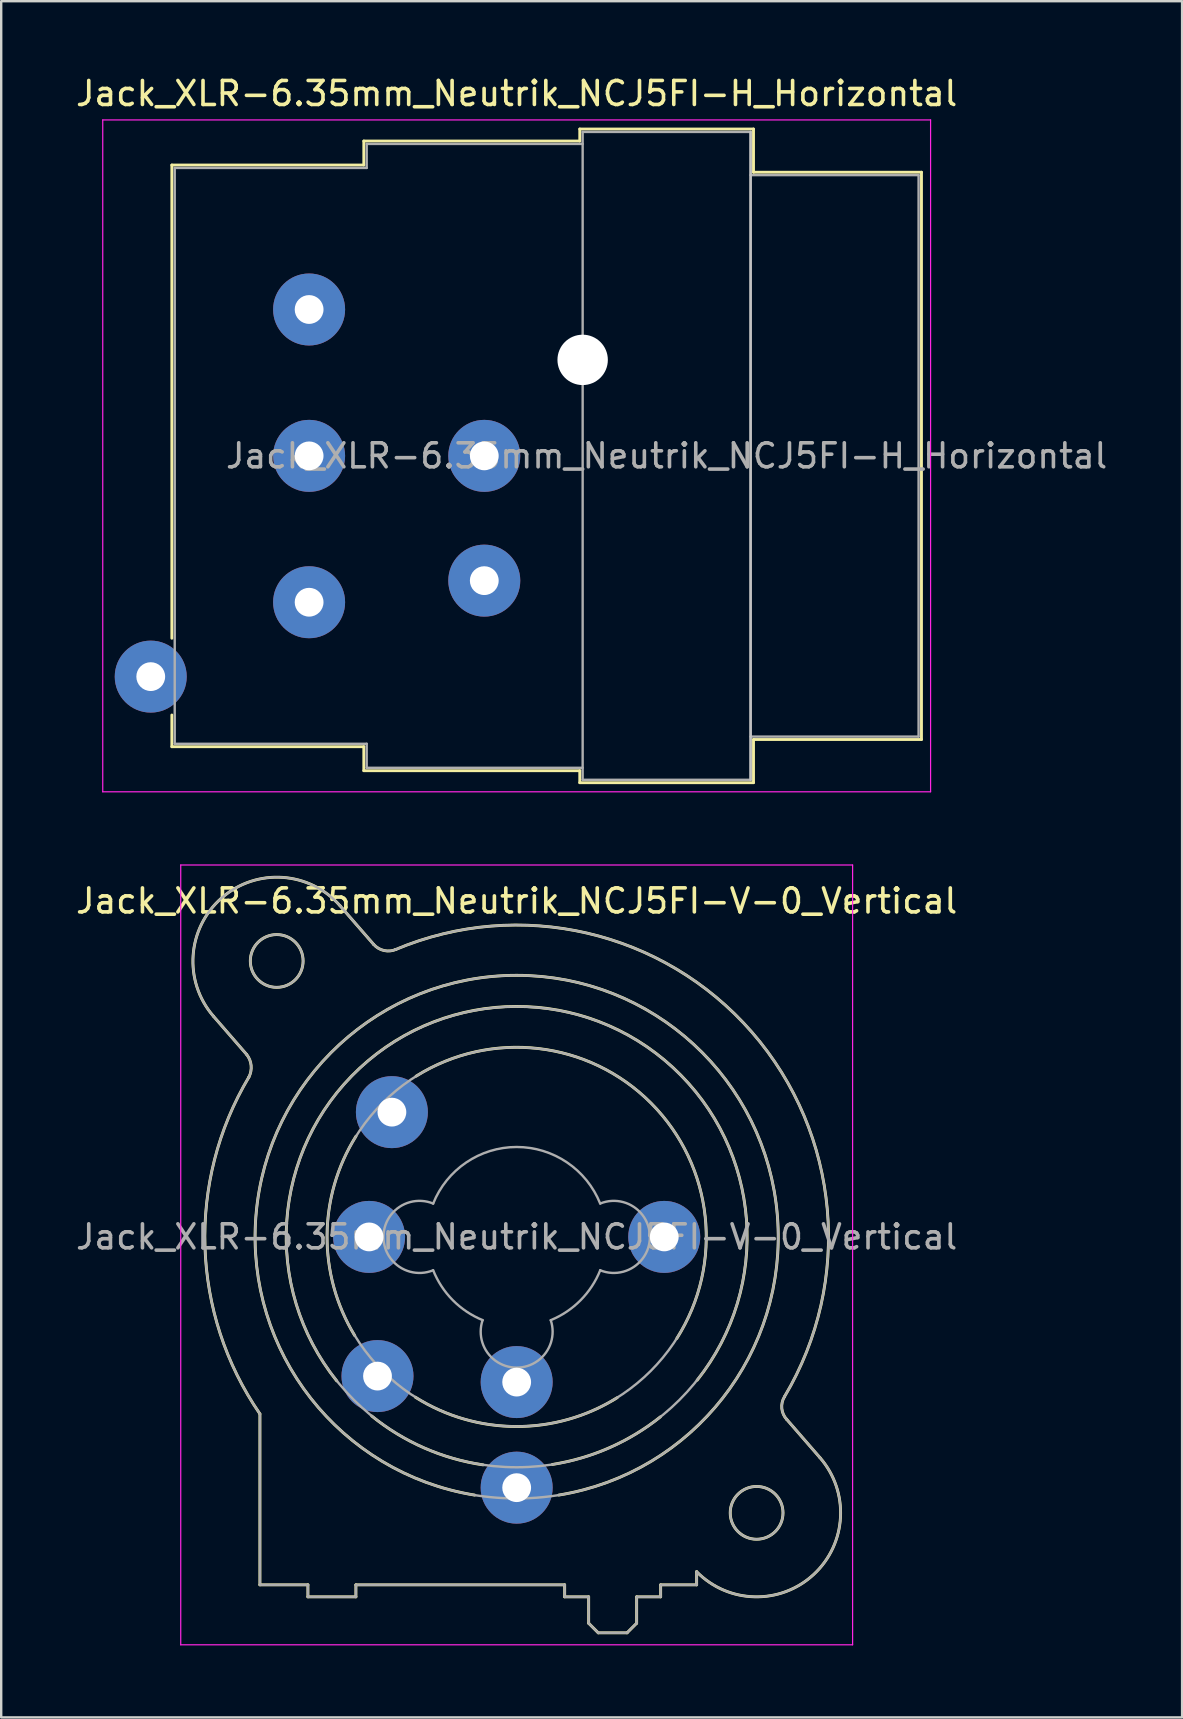
<source format=kicad_pcb>
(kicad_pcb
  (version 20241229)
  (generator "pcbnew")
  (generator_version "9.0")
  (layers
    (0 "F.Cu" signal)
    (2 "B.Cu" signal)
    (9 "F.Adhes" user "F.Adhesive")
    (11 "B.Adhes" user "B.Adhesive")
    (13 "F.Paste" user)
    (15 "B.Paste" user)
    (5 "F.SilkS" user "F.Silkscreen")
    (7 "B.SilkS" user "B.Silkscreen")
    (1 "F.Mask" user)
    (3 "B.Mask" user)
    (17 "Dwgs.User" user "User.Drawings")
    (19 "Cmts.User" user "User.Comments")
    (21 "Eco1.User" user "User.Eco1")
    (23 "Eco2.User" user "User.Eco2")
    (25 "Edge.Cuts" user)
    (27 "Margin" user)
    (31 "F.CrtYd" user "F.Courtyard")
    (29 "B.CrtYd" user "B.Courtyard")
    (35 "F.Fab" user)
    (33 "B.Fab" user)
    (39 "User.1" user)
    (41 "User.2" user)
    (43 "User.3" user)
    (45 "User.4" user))
  (footprint "Jack_XLR-6.35mm_Neutrik_NCJ5FI-V-0_Vertical"
    (layer "F.Cu")
    (at 24.632 48.498)
    (property "Reference" "Jack_XLR-6.35mm_Neutrik_NCJ5FI-V-0_Vertical" (at -6.15 -14 0) (layer "F.SilkS") (effects (font (size 1 1) (thickness 0.15))))
    (attr through_hole)
    (fp_line (start -17.4 -7.6) (end -18.79 -9.2) (stroke (width 0.12) (type solid)) (layer "F.SilkS"))
    (fp_line (start -16.85 14.5) (end -16.85 7.38) (stroke (width 0.12) (type solid)) (layer "F.SilkS"))
    (fp_line (start -14.85 14.5) (end -16.85 14.5) (stroke (width 0.12) (type solid)) (layer "F.SilkS"))
    (fp_line (start -14.85 14.5) (end -14.85 15) (stroke (width 0.12) (type solid)) (layer "F.SilkS"))
    (fp_line (start -13.51 -13.8) (end -12.11 -12.19) (stroke (width 0.12) (type solid)) (layer "F.SilkS"))
    (fp_line (start -12.85 14.5) (end -12.85 15) (stroke (width 0.12) (type solid)) (layer "F.SilkS"))
    (fp_line (start -12.85 15) (end -14.85 15) (stroke (width 0.12) (type solid)) (layer "F.SilkS"))
    (fp_line (start -4.15 14.5) (end -12.85 14.5) (stroke (width 0.12) (type solid)) (layer "F.SilkS"))
    (fp_line (start -4.15 14.5) (end -4.15 15) (stroke (width 0.12) (type solid)) (layer "F.SilkS"))
    (fp_line (start -3.15 15) (end -4.15 15) (stroke (width 0.12) (type solid)) (layer "F.SilkS"))
    (fp_line (start -3.15 15) (end -3.15 16.1) (stroke (width 0.12) (type solid)) (layer "F.SilkS"))
    (fp_line (start -3.15 16.1) (end -2.75 16.5) (stroke (width 0.12) (type solid)) (layer "F.SilkS"))
    (fp_line (start -1.55 16.5) (end -2.75 16.5) (stroke (width 0.12) (type solid)) (layer "F.SilkS"))
    (fp_line (start -1.15 15) (end -1.15 16.1) (stroke (width 0.12) (type solid)) (layer "F.SilkS"))
    (fp_line (start -1.15 16.1) (end -1.55 16.5) (stroke (width 0.12) (type solid)) (layer "F.SilkS"))
    (fp_line (start -0.15 14.5) (end -0.15 15) (stroke (width 0.12) (type solid)) (layer "F.SilkS"))
    (fp_line (start -0.15 15) (end -1.15 15) (stroke (width 0.12) (type solid)) (layer "F.SilkS"))
    (fp_line (start 1.35 13.95) (end 1.35 14.5) (stroke (width 0.12) (type solid)) (layer "F.SilkS"))
    (fp_line (start 1.35 14.5) (end -0.15 14.5) (stroke (width 0.12) (type solid)) (layer "F.SilkS"))
    (fp_line (start 5.1 7.6) (end 6.49 9.2) (stroke (width 0.12) (type solid)) (layer "F.SilkS"))
    (fp_arc (start -18.79 -9.2) (mid -18.45 -14.14) (end -13.51 -13.8) (stroke (width 0.12) (type solid)) (layer "F.SilkS"))
    (fp_arc (start -17.400452 -7.59955) (mid -17.216295 -7.14315) (end -17.31 -6.66) (stroke (width 0.12) (type solid)) (layer "F.SilkS"))
    (fp_arc (start -16.851206 7.374645) (mid -19.139261 0.42462) (end -17.31 -6.66) (stroke (width 0.12) (type solid)) (layer "F.SilkS"))
    (fp_arc (start -13.65 6) (mid -6.168408 -9.604669) (end 1.372943 5.971208) (stroke (width 0.12) (type solid)) (layer "F.SilkS"))
    (fp_arc (start -12.9 4.11) (mid -14.052663 -0.0501) (end -12.847348 -4.195251) (stroke (width 0.12) (type solid)) (layer "F.SilkS"))
    (fp_arc (start -11.201352 -11.974349) (mid 3.655031 -8.530097) (end 5.01 6.66) (stroke (width 0.12) (type solid)) (layer "F.SilkS"))
    (fp_arc (start -11.177539 -11.981856) (mid -11.677484 -11.93489) (end -12.11 -12.19) (stroke (width 0.12) (type solid)) (layer "F.SilkS"))
    (fp_arc (start -10.34 -6.7) (mid -0.544787 -5.570251) (end 0.523653 4.231839) (stroke (width 0.12) (type solid)) (layer "F.SilkS"))
    (fp_arc (start -7.9 10.76) (mid -6.152346 -10.90138) (end -4.395368 10.759246) (stroke (width 0.12) (type solid)) (layer "F.SilkS"))
    (fp_arc (start -7.55 9.5) (mid -10.007174 8.793873) (end -12.190932 7.464391) (stroke (width 0.12) (type solid)) (layer "F.SilkS"))
    (fp_arc (start -1.96 6.7) (mid -6.167825 7.902264) (end -10.370184 6.681029) (stroke (width 0.12) (type solid)) (layer "F.SilkS"))
    (fp_arc (start -0.16 7.5) (mid -2.282236 8.784674) (end -4.662837 9.482534) (stroke (width 0.12) (type solid)) (layer "F.SilkS"))
    (fp_arc (start 5.109394 7.611661) (mid 4.900255 7.152483) (end 5.01 6.66) (stroke (width 0.12) (type solid)) (layer "F.SilkS"))
    (fp_arc (start 6.49 9.2) (mid 6.227307 14.070606) (end 1.351052 13.95252) (stroke (width 0.12) (type solid)) (layer "F.SilkS"))
    (fp_circle (center -16.15 -11.5) (end -15.05 -11.5) (stroke (width 0.12) (type solid)) (fill no) (layer "F.SilkS"))
    (fp_circle (center 3.85 11.5) (end 4.95 11.5) (stroke (width 0.12) (type solid)) (fill no) (layer "F.SilkS"))
    (fp_line (start -20.15 -15.5) (end 7.85 -15.5) (stroke (width 0.05) (type solid)) (layer "F.CrtYd"))
    (fp_line (start -20.15 17) (end -20.15 -15.5) (stroke (width 0.05) (type solid)) (layer "F.CrtYd"))
    (fp_line (start 7.85 -15.5) (end 7.85 17) (stroke (width 0.05) (type solid)) (layer "F.CrtYd"))
    (fp_line (start 7.85 17) (end -20.15 17) (stroke (width 0.05) (type solid)) (layer "F.CrtYd"))
    (fp_line (start -17.4 -7.6) (end -18.79 -9.2) (stroke (width 0.1) (type solid)) (layer "F.Fab"))
    (fp_line (start -16.85 14.5) (end -16.85 7.38) (stroke (width 0.1) (type solid)) (layer "F.Fab"))
    (fp_line (start -14.85 14.5) (end -16.85 14.5) (stroke (width 0.1) (type solid)) (layer "F.Fab"))
    (fp_line (start -14.85 14.5) (end -14.85 15) (stroke (width 0.1) (type solid)) (layer "F.Fab"))
    (fp_line (start -13.51 -13.8) (end -12.11 -12.19) (stroke (width 0.1) (type solid)) (layer "F.Fab"))
    (fp_line (start -12.85 14.5) (end -12.85 15) (stroke (width 0.1) (type solid)) (layer "F.Fab"))
    (fp_line (start -12.85 15) (end -14.85 15) (stroke (width 0.1) (type solid)) (layer "F.Fab"))
    (fp_line (start -4.15 14.5) (end -12.85 14.5) (stroke (width 0.1) (type solid)) (layer "F.Fab"))
    (fp_line (start -4.15 14.5) (end -4.15 15) (stroke (width 0.1) (type solid)) (layer "F.Fab"))
    (fp_line (start -3.15 15) (end -4.15 15) (stroke (width 0.1) (type solid)) (layer "F.Fab"))
    (fp_line (start -3.15 15) (end -3.15 16.1) (stroke (width 0.1) (type solid)) (layer "F.Fab"))
    (fp_line (start -3.15 16.1) (end -2.75 16.5) (stroke (width 0.1) (type solid)) (layer "F.Fab"))
    (fp_line (start -1.55 16.5) (end -2.75 16.5) (stroke (width 0.1) (type solid)) (layer "F.Fab"))
    (fp_line (start -1.15 15) (end -1.15 16.1) (stroke (width 0.1) (type solid)) (layer "F.Fab"))
    (fp_line (start -1.15 16.1) (end -1.55 16.5) (stroke (width 0.1) (type solid)) (layer "F.Fab"))
    (fp_line (start -0.15 14.5) (end -0.15 15) (stroke (width 0.1) (type solid)) (layer "F.Fab"))
    (fp_line (start -0.15 15) (end -1.15 15) (stroke (width 0.1) (type solid)) (layer "F.Fab"))
    (fp_line (start 1.35 13.95) (end 1.35 14.5) (stroke (width 0.1) (type solid)) (layer "F.Fab"))
    (fp_line (start 1.35 14.5) (end -0.15 14.5) (stroke (width 0.1) (type solid)) (layer "F.Fab"))
    (fp_line (start 5.1 7.6) (end 6.49 9.2) (stroke (width 0.1) (type solid)) (layer "F.Fab"))
    (fp_arc (start -18.79 -9.2) (mid -18.45 -14.14) (end -13.51 -13.8) (stroke (width 0.1) (type solid)) (layer "F.Fab"))
    (fp_arc (start -17.400452 -7.59955) (mid -17.216295 -7.14315) (end -17.31 -6.66) (stroke (width 0.1) (type solid)) (layer "F.Fab"))
    (fp_arc (start -16.851206 7.374645) (mid -19.139261 0.42462) (end -17.31 -6.66) (stroke (width 0.1) (type solid)) (layer "F.Fab"))
    (fp_arc (start -11.201352 -11.974349) (mid 3.655031 -8.530097) (end 5.01 6.66) (stroke (width 0.1) (type solid)) (layer "F.Fab"))
    (fp_arc (start -11.177539 -11.981856) (mid -11.677484 -11.93489) (end -12.11 -12.19) (stroke (width 0.1) (type solid)) (layer "F.Fab"))
    (fp_arc (start -9.634717 1.391925) (mid -11.702329 -0.002547) (end -9.63 -1.39) (stroke (width 0.1) (type solid)) (layer "F.Fab"))
    (fp_arc (start -9.631116 -1.387204) (mid -6.151505 -3.747333) (end -2.67 -1.39) (stroke (width 0.1) (type solid)) (layer "F.Fab"))
    (fp_arc (start -7.567529 3.468878) (mid -8.810241 2.639246) (end -9.63 1.39) (stroke (width 0.1) (type solid)) (layer "F.Fab"))
    (fp_arc (start -4.729599 3.471189) (mid -6.150627 5.448932) (end -7.57 3.47) (stroke (width 0.1) (type solid)) (layer "F.Fab"))
    (fp_arc (start -2.667476 1.389002) (mid -3.487046 2.639314) (end -4.73 3.47) (stroke (width 0.1) (type solid)) (layer "F.Fab"))
    (fp_arc (start -2.665283 -1.391925) (mid -0.597671 0.002547) (end -2.67 1.39) (stroke (width 0.1) (type solid)) (layer "F.Fab"))
    (fp_arc (start 5.109394 7.611661) (mid 4.900255 7.152483) (end 5.01 6.66) (stroke (width 0.1) (type solid)) (layer "F.Fab"))
    (fp_arc (start 6.49 9.2) (mid 6.227307 14.070606) (end 1.351052 13.95252) (stroke (width 0.1) (type solid)) (layer "F.Fab"))
    (fp_circle (center -16.15 -11.5) (end -15.05 -11.5) (stroke (width 0.1) (type solid)) (fill no) (layer "F.Fab"))
    (fp_circle (center -6.15 0) (end 1.75 0) (stroke (width 0.1) (type solid)) (fill no) (layer "F.Fab"))
    (fp_circle (center -6.15 0) (end 3.45 0) (stroke (width 0.1) (type solid)) (fill no) (layer "F.Fab"))
    (fp_circle (center -6.15 0) (end 4.75 0) (stroke (width 0.1) (type solid)) (fill no) (layer "F.Fab"))
    (fp_circle (center 3.85 11.5) (end 4.95 11.5) (stroke (width 0.1) (type solid)) (fill no) (layer "F.Fab"))
    (fp_text user "${REFERENCE}" (at -6.15 0 0) (layer "F.Fab") (effects (font (size 1 1) (thickness 0.15))))
    (pad "1" thru_hole circle (at 0 0) (size 3 3) (drill 1.2) (layers "*.Cu" "*.Mask"))
    (pad "2" thru_hole circle (at -12.3 0) (size 3 3) (drill 1.2) (layers "*.Cu" "*.Mask"))
    (pad "3" thru_hole circle (at -6.15 6.05) (size 3 3) (drill 1.2) (layers "*.Cu" "*.Mask"))
    (pad "G" thru_hole circle (at -6.15 10.45) (size 3 3) (drill 1.2) (layers "*.Cu" "*.Mask"))
    (pad "S" thru_hole circle (at -11.95 5.8) (size 3 3) (drill 1.2) (layers "*.Cu" "*.Mask"))
    (pad "T" thru_hole circle (at -11.35 -5.2) (size 3 3) (drill 1.2) (layers "*.Cu" "*.Mask")))
  (footprint "Jack_XLR-6.35mm_Neutrik_NCJ5FI-H_Horizontal"
    (layer "F.Cu")
    (at 9.832 9.848)
    (property "Reference" "Jack_XLR-6.35mm_Neutrik_NCJ5FI-H_Horizontal" (at 8.65 -9 0) (layer "F.SilkS") (effects (font (size 1 1) (thickness 0.15))))
    (attr through_hole)
    (fp_line (start -5.72 -6.02) (end -5.72 13.7) (stroke (width 0.12) (type solid)) (layer "F.SilkS"))
    (fp_line (start -5.72 16.9) (end -5.72 18.22) (stroke (width 0.12) (type solid)) (layer "F.SilkS"))
    (fp_line (start 2.28 -7.02) (end 2.28 -6.02) (stroke (width 0.12) (type solid)) (layer "F.SilkS"))
    (fp_line (start 2.28 -6.02) (end -5.72 -6.02) (stroke (width 0.12) (type solid)) (layer "F.SilkS"))
    (fp_line (start 2.28 18.22) (end -5.72 18.22) (stroke (width 0.12) (type solid)) (layer "F.SilkS"))
    (fp_line (start 2.28 19.22) (end 2.28 18.22) (stroke (width 0.12) (type solid)) (layer "F.SilkS"))
    (fp_line (start 11.28 -7.02) (end 2.28 -7.02) (stroke (width 0.12) (type solid)) (layer "F.SilkS"))
    (fp_line (start 11.28 -7.02) (end 11.28 -7.52) (stroke (width 0.12) (type solid)) (layer "F.SilkS"))
    (fp_line (start 11.28 19.22) (end 2.28 19.22) (stroke (width 0.12) (type solid)) (layer "F.SilkS"))
    (fp_line (start 11.28 19.72) (end 11.28 19.22) (stroke (width 0.12) (type solid)) (layer "F.SilkS"))
    (fp_line (start 18.52 -7.52) (end 11.28 -7.52) (stroke (width 0.12) (type solid)) (layer "F.SilkS"))
    (fp_line (start 18.52 -7.52) (end 18.52 -5.72) (stroke (width 0.12) (type solid)) (layer "F.SilkS"))
    (fp_line (start 18.52 -5.72) (end 25.52 -5.72) (stroke (width 0.12) (type solid)) (layer "F.SilkS"))
    (fp_line (start 18.52 17.92) (end 18.52 19.72) (stroke (width 0.12) (type solid)) (layer "F.SilkS"))
    (fp_line (start 18.52 17.92) (end 25.52 17.92) (stroke (width 0.12) (type solid)) (layer "F.SilkS"))
    (fp_line (start 18.52 19.72) (end 11.28 19.72) (stroke (width 0.12) (type solid)) (layer "F.SilkS"))
    (fp_line (start 25.52 -5.72) (end 25.52 17.92) (stroke (width 0.12) (type solid)) (layer "F.SilkS"))
    (fp_line (start 18.4 -7.4) (end 18.4 19.6) (stroke (width 0.1) (type solid)) (layer "Dwgs.User"))
    (fp_line (start -8.6 -7.9) (end -8.6 20.1) (stroke (width 0.05) (type solid)) (layer "F.CrtYd"))
    (fp_line (start 25.9 -7.9) (end -8.6 -7.9) (stroke (width 0.05) (type solid)) (layer "F.CrtYd"))
    (fp_line (start 25.9 -7.9) (end 25.9 20.1) (stroke (width 0.05) (type solid)) (layer "F.CrtYd"))
    (fp_line (start 25.9 20.1) (end -8.6 20.1) (stroke (width 0.05) (type solid)) (layer "F.CrtYd"))
    (fp_line (start -5.6 -5.9) (end -5.6 18.1) (stroke (width 0.1) (type solid)) (layer "F.Fab"))
    (fp_line (start -5.6 18.1) (end 2.4 18.1) (stroke (width 0.1) (type solid)) (layer "F.Fab"))
    (fp_line (start 2.4 -6.9) (end 2.4 -5.9) (stroke (width 0.1) (type solid)) (layer "F.Fab"))
    (fp_line (start 2.4 -5.9) (end -5.6 -5.9) (stroke (width 0.1) (type solid)) (layer "F.Fab"))
    (fp_line (start 2.4 18.1) (end 2.4 19.1) (stroke (width 0.1) (type solid)) (layer "F.Fab"))
    (fp_line (start 2.4 19.1) (end 11.4 19.1) (stroke (width 0.1) (type solid)) (layer "F.Fab"))
    (fp_line (start 11.4 -7.4) (end 18.4 -7.4) (stroke (width 0.1) (type solid)) (layer "F.Fab"))
    (fp_line (start 11.4 -6.9) (end 2.4 -6.9) (stroke (width 0.1) (type solid)) (layer "F.Fab"))
    (fp_line (start 11.4 19.6) (end 11.4 -7.4) (stroke (width 0.1) (type solid)) (layer "F.Fab"))
    (fp_line (start 18.4 -7.4) (end 18.4 19.6) (stroke (width 0.1) (type solid)) (layer "F.Fab"))
    (fp_line (start 18.4 -5.6) (end 25.4 -5.6) (stroke (width 0.1) (type solid)) (layer "F.Fab"))
    (fp_line (start 18.4 19.6) (end 11.4 19.6) (stroke (width 0.1) (type solid)) (layer "F.Fab"))
    (fp_line (start 25.4 -5.6) (end 25.4 17.8) (stroke (width 0.1) (type solid)) (layer "F.Fab"))
    (fp_line (start 25.4 17.8) (end 18.4 17.8) (stroke (width 0.1) (type solid)) (layer "F.Fab"))
    (fp_text user "${REFERENCE}" (at 14.9 6.1 0) (layer "F.Fab") (effects (font (size 1 1) (thickness 0.15))))
    (pad "" np_thru_hole circle (at 11.4 2.1) (size 2.1 2.1) (drill 2.1) (layers "*.Cu" "*.Mask"))
    (pad "1" thru_hole circle (at 0 0) (size 3 3) (drill 1.2) (layers "*.Cu" "*.Mask"))
    (pad "2" thru_hole circle (at 0 12.2) (size 3 3) (drill 1.2) (layers "*.Cu" "*.Mask"))
    (pad "3" thru_hole circle (at 0 6.1) (size 3 3) (drill 1.2) (layers "*.Cu" "*.Mask"))
    (pad "G" thru_hole circle (at 7.3 6.1) (size 3 3) (drill 1.2) (layers "*.Cu" "*.Mask"))
    (pad "S" thru_hole circle (at 7.3 11.3) (size 3 3) (drill 1.2) (layers "*.Cu" "*.Mask"))
    (pad "T" thru_hole circle (at -6.6 15.3) (size 3 3) (drill 1.2) (layers "*.Cu" "*.Mask")))
  (gr_rect
    (start -3 -3)
    (end 46.214 68.523)
    (stroke (width 0.1) (type default))
    (fill no)
    (layer "Edge.Cuts")))
</source>
